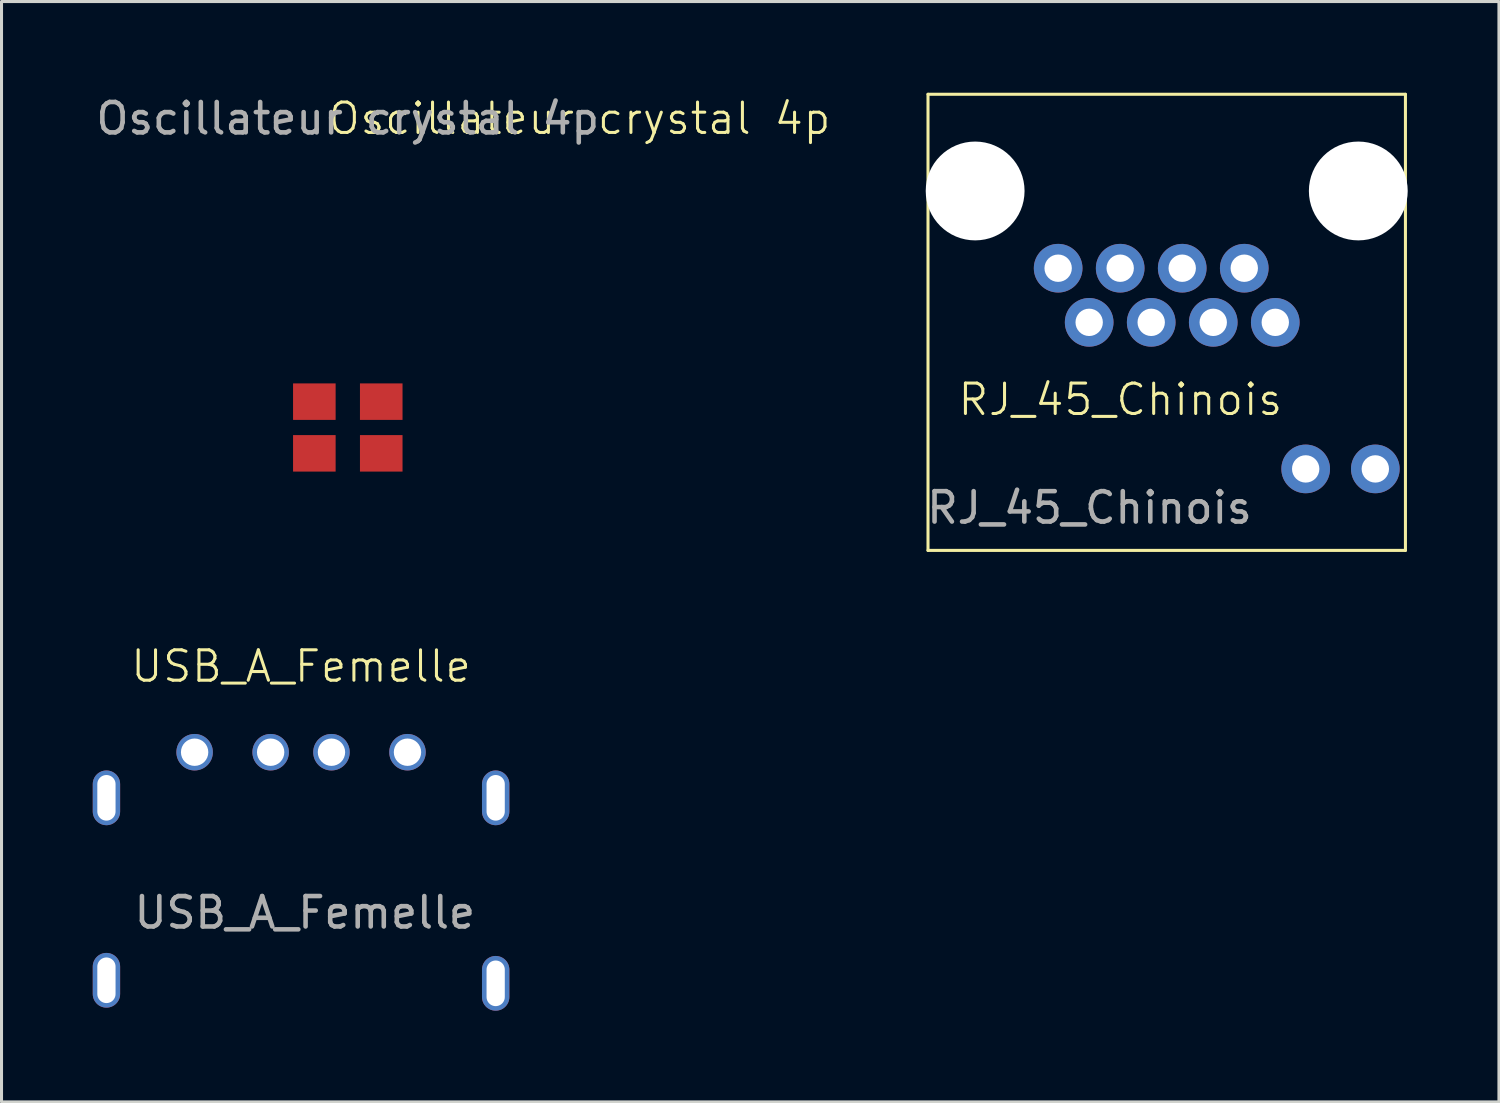
<source format=kicad_pcb>
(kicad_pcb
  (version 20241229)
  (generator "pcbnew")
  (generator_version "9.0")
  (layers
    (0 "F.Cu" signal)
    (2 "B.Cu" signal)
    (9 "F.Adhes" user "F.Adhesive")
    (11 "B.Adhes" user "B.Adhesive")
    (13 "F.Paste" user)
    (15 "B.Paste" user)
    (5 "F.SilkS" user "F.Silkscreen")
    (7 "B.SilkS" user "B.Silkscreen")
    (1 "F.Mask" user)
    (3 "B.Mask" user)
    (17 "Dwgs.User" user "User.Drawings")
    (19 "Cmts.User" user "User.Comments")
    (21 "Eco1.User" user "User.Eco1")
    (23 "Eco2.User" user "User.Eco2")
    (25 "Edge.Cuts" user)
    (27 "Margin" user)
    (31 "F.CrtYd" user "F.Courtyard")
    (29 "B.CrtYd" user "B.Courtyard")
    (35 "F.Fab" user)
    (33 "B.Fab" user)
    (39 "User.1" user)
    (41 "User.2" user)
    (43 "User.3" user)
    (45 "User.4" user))
  (footprint "USB_A_Femelle"
    (layer "F.Cu")
    (at 6.85 21.686)
    (property "Reference" "USB_A_Femelle" (at 0 -2.825 0) (unlocked yes) (layer "F.SilkS") (effects (font (size 1 1) (thickness 0.1))))
    (attr through_hole)
    (fp_text user "${REFERENCE}" (at 0.125 5.275 0) (unlocked yes) (layer "F.Fab") (effects (font (size 1 1) (thickness 0.15))))
    (pad "1" thru_hole circle (at 3.5 0) (size 1.2 1.2) (drill 0.9) (layers "*.Cu" "*.Mask"))
    (pad "2" thru_hole circle (at 1 0) (size 1.2 1.2) (drill 0.9) (layers "*.Cu" "*.Mask"))
    (pad "3" thru_hole circle (at -1 0) (size 1.2 1.2) (drill 0.9) (layers "*.Cu" "*.Mask"))
    (pad "4" thru_hole circle (at -3.5 0) (size 1.2 1.2) (drill 0.9) (layers "*.Cu" "*.Mask"))
    (pad "GND" thru_hole oval (at -6.4 1.5) (size 0.9 1.8) (drill oval 0.6 1.5) (layers "*.Cu" "*.Mask"))
    (pad "GND" thru_hole oval (at -6.4 7.5) (size 0.9 1.8) (drill oval 0.6 1.5) (layers "*.Cu" "*.Mask"))
    (pad "GND" thru_hole oval (at 6.4 1.5) (size 0.9 1.8) (drill oval 0.6 1.5) (layers "*.Cu" "*.Mask"))
    (pad "GND" thru_hole oval (at 6.4 7.6) (size 0.9 1.8) (drill oval 0.6 1.5) (layers "*.Cu" "*.Mask")))
  (footprint "RJ_45_Chinois"
    (layer "F.Cu")
    (at 35.317 7.55)
    (property "Reference" "RJ_45_Chinois" (at -1.524 2.54 0) (unlocked yes) (layer "F.SilkS") (effects (font (size 1 1) (thickness 0.1))))
    (attr through_hole)
    (fp_line (start -7.85 -7.5) (end 7.85 -7.5) (stroke (width 0.1) (type default)) (layer "F.SilkS"))
    (fp_line (start -7.85 7.5) (end -7.85 -7.5) (stroke (width 0.1) (type default)) (layer "F.SilkS"))
    (fp_line (start -7.85 7.5) (end 7.85 7.5) (stroke (width 0.1) (type default)) (layer "F.SilkS"))
    (fp_line (start 7.85 7.5) (end 7.85 -7.5) (stroke (width 0.1) (type default)) (layer "F.SilkS"))
    (fp_text user "${REFERENCE}" (at -2.54 6.096 0) (unlocked yes) (layer "F.Fab") (effects (font (size 1 1) (thickness 0.15))))
    (pad "" np_thru_hole circle (at -6.3 -4.32) (size 3.25 3.25) (drill 3.25) (layers "*.Cu" "*.Mask"))
    (pad "" np_thru_hole circle (at 6.3 -4.32) (size 3.25 3.25) (drill 3.25) (layers "*.Cu" "*.Mask"))
    (pad "1" thru_hole circle (at -3.57 -1.78) (size 1.6 1.6) (drill 0.9) (layers "*.Cu" "*.Mask"))
    (pad "2" thru_hole circle (at -2.55 0) (size 1.6 1.6) (drill 0.9) (layers "*.Cu" "*.Mask"))
    (pad "3" thru_hole circle (at -1.53 -1.78) (size 1.6 1.6) (drill 0.9) (layers "*.Cu" "*.Mask"))
    (pad "4" thru_hole circle (at -0.51 0) (size 1.6 1.6) (drill 0.9) (layers "*.Cu" "*.Mask"))
    (pad "5" thru_hole circle (at 0.51 -1.78) (size 1.6 1.6) (drill 0.9) (layers "*.Cu" "*.Mask"))
    (pad "6" thru_hole circle (at 1.53 0) (size 1.6 1.6) (drill 0.9) (layers "*.Cu" "*.Mask"))
    (pad "7" thru_hole circle (at 2.55 -1.78) (size 1.6 1.6) (drill 0.9) (layers "*.Cu" "*.Mask"))
    (pad "8" thru_hole circle (at 3.57 0) (size 1.6 1.6) (drill 0.9) (layers "*.Cu" "*.Mask"))
    (pad "11" thru_hole circle (at 4.57 4.82) (size 1.6 1.6) (drill 0.9) (layers "*.Cu" "*.Mask"))
    (pad "12" thru_hole circle (at 6.86 4.82) (size 1.6 1.6) (drill 0.9) (layers "*.Cu" "*.Mask")))
  (footprint "Oscillateur crystal 4p"
    (layer "F.Cu")
    (at 8.387 11.008)
    (property "Reference" "Oscillateur crystal 4p" (at 7.62 -10.16 0) (unlocked yes) (layer "F.SilkS") (effects (font (size 1 1) (thickness 0.1))))
    (attr smd)
    (fp_text user "${REFERENCE}" (at 0 -10.16 0) (unlocked yes) (layer "F.Fab") (effects (font (size 1 1) (thickness 0.15))))
    (pad "1" smd rect (at -1.1 0.85) (size 1.4 1.2) (layers "F.Cu" "F.Mask" "F.Paste"))
    (pad "2" smd rect (at 1.1 0.85) (size 1.4 1.2) (layers "F.Cu" "F.Mask" "F.Paste"))
    (pad "3" smd rect (at 1.1 -0.85) (size 1.4 1.2) (layers "F.Cu" "F.Mask" "F.Paste"))
    (pad "4" smd rect (at -1.1 -0.85) (size 1.4 1.2) (layers "F.Cu" "F.Mask" "F.Paste")))
  (gr_rect
    (start -3 -3)
    (end 46.242 33.185)
    (stroke (width 0.1) (type default))
    (fill no)
    (layer "Edge.Cuts")))
</source>
